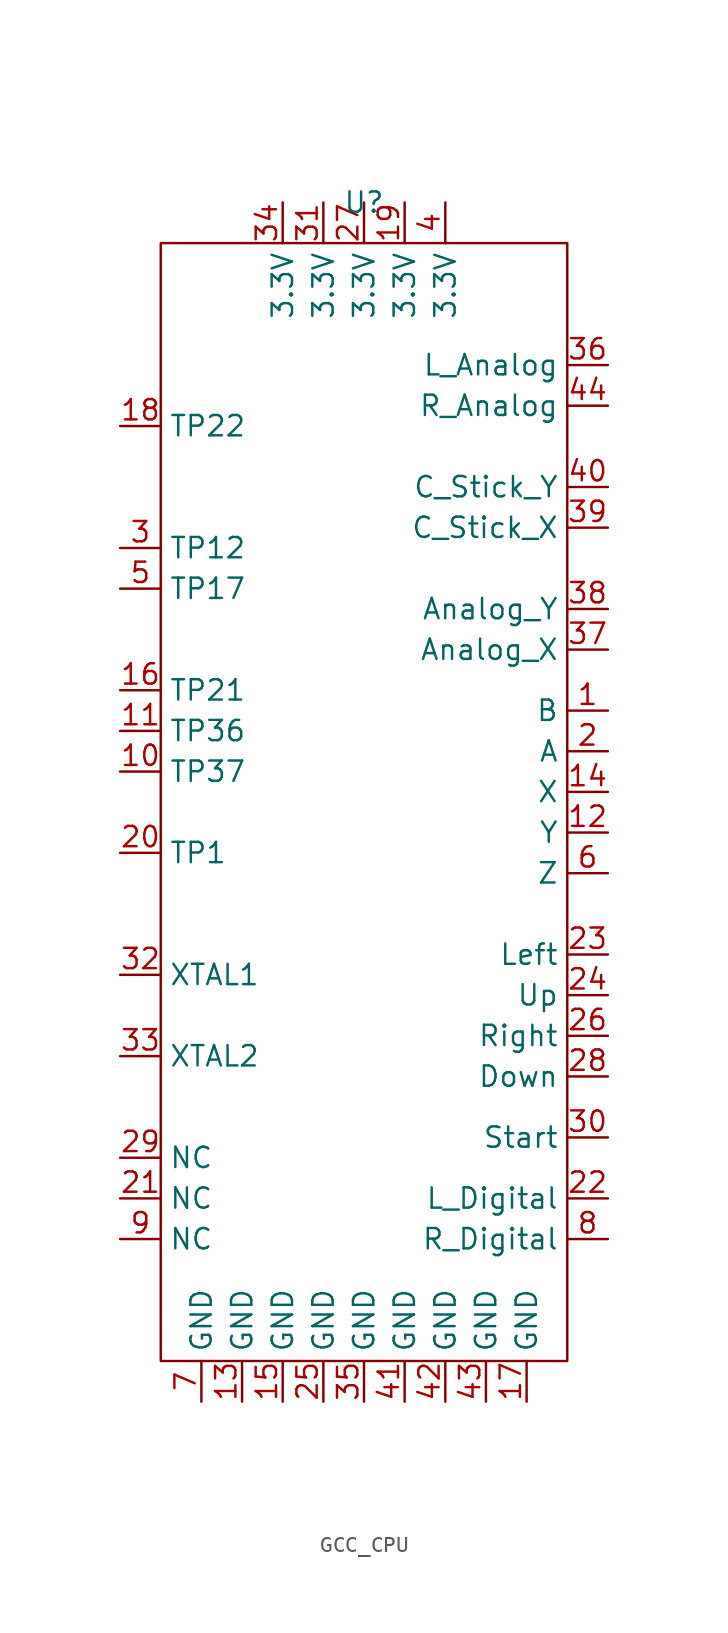
<source format=kicad_sym>
(kicad_symbol_lib
  (version 20220914)
  (generator kicad_symbol_editor)
  (symbol "GCC_CPU"
    (property "Reference" "U"
      (at 0 0 0)
      (effects (font (size 1.27 1.27))))
    (property "Value" ""
      (at 0 0 0)
      (effects (font (size 1.27 1.27))))
    (symbol "GCC_CPU_0_0"
      (pin unspecified line (at 15.24 -31.75 180) (length 2.54) (name "B" (effects (font (size 1.27 1.27)))) (number "1" (effects (font (size 1.27 1.27)))))
      (pin unspecified line (at -15.24 -35.56 0) (length 2.54) (name "TP37" (effects (font (size 1.27 1.27)))) (number "10" (effects (font (size 1.27 1.27)))))
      (pin unspecified line (at -15.24 -33.02 0) (length 2.54) (name "TP36" (effects (font (size 1.27 1.27)))) (number "11" (effects (font (size 1.27 1.27)))))
      (pin unspecified line (at 15.24 -39.37 180) (length 2.54) (name "Y" (effects (font (size 1.27 1.27)))) (number "12" (effects (font (size 1.27 1.27)))))
      (pin unspecified line (at -7.62 -74.93 90) (length 2.54) (name "GND" (effects (font (size 1.27 1.27)))) (number "13" (effects (font (size 1.27 1.27)))))
      (pin unspecified line (at 15.24 -36.83 180) (length 2.54) (name "X" (effects (font (size 1.27 1.27)))) (number "14" (effects (font (size 1.27 1.27)))))
      (pin unspecified line (at -5.08 -74.93 90) (length 2.54) (name "GND" (effects (font (size 1.27 1.27)))) (number "15" (effects (font (size 1.27 1.27)))))
      (pin unspecified line (at -15.24 -30.48 0) (length 2.54) (name "TP21" (effects (font (size 1.27 1.27)))) (number "16" (effects (font (size 1.27 1.27)))))
      (pin unspecified line (at 10.16 -74.93 90) (length 2.54) (name "GND" (effects (font (size 1.27 1.27)))) (number "17" (effects (font (size 1.27 1.27)))))
      (pin unspecified line (at -15.24 -13.97 0) (length 2.54) (name "TP22" (effects (font (size 1.27 1.27)))) (number "18" (effects (font (size 1.27 1.27)))))
      (pin unspecified line (at 2.54 0 270) (length 2.54) (name "3.3V" (effects (font (size 1.27 1.27)))) (number "19" (effects (font (size 1.27 1.27)))))
      (pin unspecified line (at 15.24 -34.29 180) (length 2.54) (name "A" (effects (font (size 1.27 1.27)))) (number "2" (effects (font (size 1.27 1.27)))))
      (pin unspecified line (at -15.24 -40.64 0) (length 2.54) (name "TP1" (effects (font (size 1.27 1.27)))) (number "20" (effects (font (size 1.27 1.27)))))
      (pin unspecified line (at -15.24 -62.23 0) (length 2.54) (name "NC" (effects (font (size 1.27 1.27)))) (number "21" (effects (font (size 1.27 1.27)))))
      (pin unspecified line (at 15.24 -62.23 180) (length 2.54) (name "L_Digital" (effects (font (size 1.27 1.27)))) (number "22" (effects (font (size 1.27 1.27)))))
      (pin unspecified line (at 15.24 -46.99 180) (length 2.54) (name "Left" (effects (font (size 1.27 1.27)))) (number "23" (effects (font (size 1.27 1.27)))))
      (pin unspecified line (at 15.24 -49.53 180) (length 2.54) (name "Up" (effects (font (size 1.27 1.27)))) (number "24" (effects (font (size 1.27 1.27)))))
      (pin unspecified line (at -2.54 -74.93 90) (length 2.54) (name "GND" (effects (font (size 1.27 1.27)))) (number "25" (effects (font (size 1.27 1.27)))))
      (pin unspecified line (at 15.24 -52.07 180) (length 2.54) (name "Right" (effects (font (size 1.27 1.27)))) (number "26" (effects (font (size 1.27 1.27)))))
      (pin unspecified line (at 0 0 270) (length 2.54) (name "3.3V" (effects (font (size 1.27 1.27)))) (number "27" (effects (font (size 1.27 1.27)))))
      (pin unspecified line (at 15.24 -54.61 180) (length 2.54) (name "Down" (effects (font (size 1.27 1.27)))) (number "28" (effects (font (size 1.27 1.27)))))
      (pin unspecified line (at -15.24 -59.69 0) (length 2.54) (name "NC" (effects (font (size 1.27 1.27)))) (number "29" (effects (font (size 1.27 1.27)))))
      (pin unspecified line (at -15.24 -21.59 0) (length 2.54) (name "TP12" (effects (font (size 1.27 1.27)))) (number "3" (effects (font (size 1.27 1.27)))))
      (pin unspecified line (at 15.24 -58.42 180) (length 2.54) (name "Start" (effects (font (size 1.27 1.27)))) (number "30" (effects (font (size 1.27 1.27)))))
      (pin unspecified line (at -2.54 0 270) (length 2.54) (name "3.3V" (effects (font (size 1.27 1.27)))) (number "31" (effects (font (size 1.27 1.27)))))
      (pin unspecified line (at -15.24 -48.26 0) (length 2.54) (name "XTAL1" (effects (font (size 1.27 1.27)))) (number "32" (effects (font (size 1.27 1.27)))))
      (pin unspecified line (at -15.24 -53.34 0) (length 2.54) (name "XTAL2" (effects (font (size 1.27 1.27)))) (number "33" (effects (font (size 1.27 1.27)))))
      (pin unspecified line (at -5.08 0 270) (length 2.54) (name "3.3V" (effects (font (size 1.27 1.27)))) (number "34" (effects (font (size 1.27 1.27)))))
      (pin unspecified line (at 0 -74.93 90) (length 2.54) (name "GND" (effects (font (size 1.27 1.27)))) (number "35" (effects (font (size 1.27 1.27)))))
      (pin unspecified line (at 15.24 -10.16 180) (length 2.54) (name "L_Analog" (effects (font (size 1.27 1.27)))) (number "36" (effects (font (size 1.27 1.27)))))
      (pin unspecified line (at 15.24 -20.32 180) (length 2.54) (name "C_Stick_X" (effects (font (size 1.27 1.27)))) (number "39" (effects (font (size 1.27 1.27)))))
      (pin unspecified line (at 5.08 0 270) (length 2.54) (name "3.3V" (effects (font (size 1.27 1.27)))) (number "4" (effects (font (size 1.27 1.27)))))
      (pin unspecified line (at 15.24 -17.78 180) (length 2.54) (name "C_Stick_Y" (effects (font (size 1.27 1.27)))) (number "40" (effects (font (size 1.27 1.27)))))
      (pin unspecified line (at 2.54 -74.93 90) (length 2.54) (name "GND" (effects (font (size 1.27 1.27)))) (number "41" (effects (font (size 1.27 1.27)))))
      (pin unspecified line (at 5.08 -74.93 90) (length 2.54) (name "GND" (effects (font (size 1.27 1.27)))) (number "42" (effects (font (size 1.27 1.27)))))
      (pin unspecified line (at 7.62 -74.93 90) (length 2.54) (name "GND" (effects (font (size 1.27 1.27)))) (number "43" (effects (font (size 1.27 1.27)))))
      (pin unspecified line (at 15.24 -12.7 180) (length 2.54) (name "R_Analog" (effects (font (size 1.27 1.27)))) (number "44" (effects (font (size 1.27 1.27)))))
      (pin unspecified line (at -15.24 -24.13 0) (length 2.54) (name "TP17" (effects (font (size 1.27 1.27)))) (number "5" (effects (font (size 1.27 1.27)))))
      (pin unspecified line (at 15.24 -41.91 180) (length 2.54) (name "Z" (effects (font (size 1.27 1.27)))) (number "6" (effects (font (size 1.27 1.27)))))
      (pin unspecified line (at -10.16 -74.93 90) (length 2.54) (name "GND" (effects (font (size 1.27 1.27)))) (number "7" (effects (font (size 1.27 1.27)))))
      (pin unspecified line (at 15.24 -64.77 180) (length 2.54) (name "R_Digital" (effects (font (size 1.27 1.27)))) (number "8" (effects (font (size 1.27 1.27)))))
      (pin unspecified line (at -15.24 -64.77 0) (length 2.54) (name "NC" (effects (font (size 1.27 1.27)))) (number "9" (effects (font (size 1.27 1.27))))))
    (symbol "GCC_CPU_0_1"
      (rectangle (start -12.7 -2.54) (end 12.7 -72.39) (stroke (width 0) (type default)) (fill (type none))))
    (symbol "GCC_CPU_1_0"
      (pin unspecified line (at 15.24 -27.94 180) (length 2.54) (name "Analog_X" (effects (font (size 1.27 1.27)))) (number "37" (effects (font (size 1.27 1.27)))))
      (pin unspecified line (at 15.24 -25.4 180) (length 2.54) (name "Analog_Y" (effects (font (size 1.27 1.27)))) (number "38" (effects (font (size 1.27 1.27))))))))
</source>
